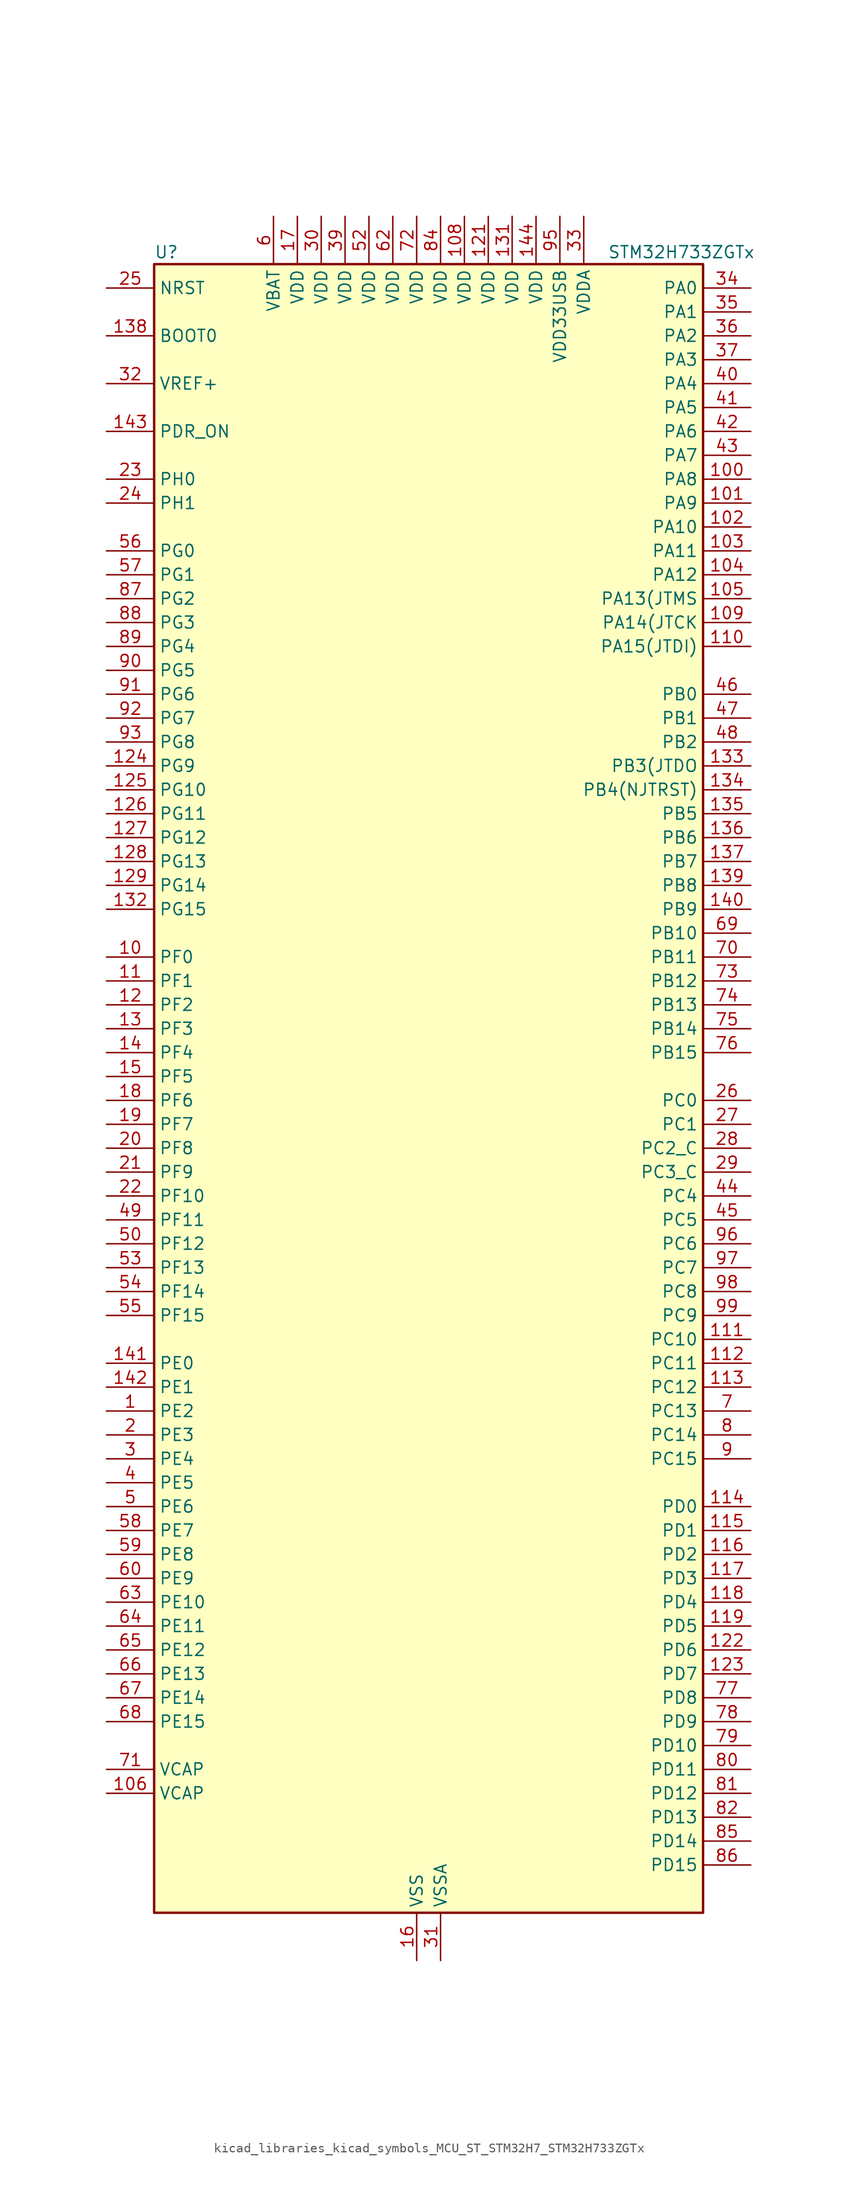
<source format=kicad_sym>
(kicad_symbol_lib
  (version 20220914)
  (generator kicad_symbol_editor)
  (symbol "kicad_libraries_kicad_symbols_MCU_ST_STM32H7_STM32H733ZGTx"
    (property "Reference" "U"
      (at -27.94 90.17 0)
      (effects (font (size 1.27 1.27)) (justify left)))
    (property "Value" "STM32H733ZGTx"
      (at 20.32 90.17 0)
      (effects (font (size 1.27 1.27)) (justify left)))
    (property "ki_locked" ""
      (at 0 0 0)
      (effects (font (size 1.27 1.27))))
    (symbol "kicad_libraries_kicad_symbols_MCU_ST_STM32H7_STM32H733ZGTx_0_1"
      (rectangle (start -27.94 -86.36) (end 30.48 88.9) (stroke (width 0.254) (type default)) (fill (type background))))
    (symbol "kicad_libraries_kicad_symbols_MCU_ST_STM32H7_STM32H733ZGTx_1_1"
      (pin bidirectional line (at -33.02 -33.02 0) (length 5.08) (name "PE2" (effects (font (size 1.27 1.27)))) (number "1" (effects (font (size 1.27 1.27)))) (alternate "DEBUG_TRACECLK" bidirectional line) (alternate "ETH_TXD3" bidirectional line) (alternate "FMC_A23" bidirectional line) (alternate "OCTOSPIM_P1_IO2" bidirectional line) (alternate "SAI1_CK1" bidirectional line) (alternate "SAI1_MCLK_A" bidirectional line) (alternate "SAI4_CK1" bidirectional line) (alternate "SAI4_MCLK_A" bidirectional line) (alternate "SPI4_SCK" bidirectional line) (alternate "USART10_RX" bidirectional line))
      (pin bidirectional line (at -33.02 15.24 0) (length 5.08) (name "PF0" (effects (font (size 1.27 1.27)))) (number "10" (effects (font (size 1.27 1.27)))) (alternate "FMC_A0" bidirectional line) (alternate "I2C2_SDA" bidirectional line) (alternate "I2C5_SDA" bidirectional line) (alternate "OCTOSPIM_P2_IO0" bidirectional line) (alternate "TIM23_CH1" bidirectional line))
      (pin bidirectional line (at 35.56 66.04 180) (length 5.08) (name "PA8" (effects (font (size 1.27 1.27)))) (number "100" (effects (font (size 1.27 1.27)))) (alternate "I2C3_SCL" bidirectional line) (alternate "I2C5_SCL" bidirectional line) (alternate "LTDC_B3" bidirectional line) (alternate "LTDC_R6" bidirectional line) (alternate "RCC_MCO_1" bidirectional line) (alternate "TIM1_CH1" bidirectional line) (alternate "TIM8_BKIN2" bidirectional line) (alternate "TIM8_BKIN2_COMP1" bidirectional line) (alternate "TIM8_BKIN2_COMP2" bidirectional line) (alternate "UART7_RX" bidirectional line) (alternate "USART1_CK" bidirectional line) (alternate "USB_OTG_HS_SOF" bidirectional line))
      (pin bidirectional line (at 35.56 63.5 180) (length 5.08) (name "PA9" (effects (font (size 1.27 1.27)))) (number "101" (effects (font (size 1.27 1.27)))) (alternate "DAC1_EXTI9" bidirectional line) (alternate "DCMI_D0" bidirectional line) (alternate "ETH_TX_ER" bidirectional line) (alternate "I2C3_SMBA" bidirectional line) (alternate "I2C5_SMBA" bidirectional line) (alternate "I2S2_CK" bidirectional line) (alternate "LPUART1_TX" bidirectional line) (alternate "LTDC_R5" bidirectional line) (alternate "PSSI_D0" bidirectional line) (alternate "SPI2_SCK" bidirectional line) (alternate "TIM1_CH2" bidirectional line) (alternate "USART1_TX" bidirectional line) (alternate "USB_OTG_HS_VBUS" bidirectional line))
      (pin bidirectional line (at 35.56 60.96 180) (length 5.08) (name "PA10" (effects (font (size 1.27 1.27)))) (number "102" (effects (font (size 1.27 1.27)))) (alternate "DCMI_D1" bidirectional line) (alternate "LPUART1_RX" bidirectional line) (alternate "LTDC_B1" bidirectional line) (alternate "LTDC_B4" bidirectional line) (alternate "MDIOS_MDIO" bidirectional line) (alternate "PSSI_D1" bidirectional line) (alternate "TIM1_CH3" bidirectional line) (alternate "USART1_RX" bidirectional line) (alternate "USB_OTG_HS_ID" bidirectional line))
      (pin bidirectional line (at 35.56 58.42 180) (length 5.08) (name "PA11" (effects (font (size 1.27 1.27)))) (number "103" (effects (font (size 1.27 1.27)))) (alternate "ADC1_EXTI11" bidirectional line) (alternate "ADC2_EXTI11" bidirectional line) (alternate "ADC3_EXTI11" bidirectional line) (alternate "FDCAN1_RX" bidirectional line) (alternate "I2S2_WS" bidirectional line) (alternate "LPUART1_CTS" bidirectional line) (alternate "LTDC_R4" bidirectional line) (alternate "SPI2_NSS" bidirectional line) (alternate "TIM1_CH4" bidirectional line) (alternate "UART4_RX" bidirectional line) (alternate "USART1_CTS" bidirectional line) (alternate "USART1_NSS" bidirectional line) (alternate "USB_OTG_HS_DM" bidirectional line))
      (pin bidirectional line (at 35.56 55.88 180) (length 5.08) (name "PA12" (effects (font (size 1.27 1.27)))) (number "104" (effects (font (size 1.27 1.27)))) (alternate "FDCAN1_TX" bidirectional line) (alternate "I2S2_CK" bidirectional line) (alternate "LPUART1_DE" bidirectional line) (alternate "LPUART1_RTS" bidirectional line) (alternate "LTDC_R5" bidirectional line) (alternate "SAI4_FS_B" bidirectional line) (alternate "SPI2_SCK" bidirectional line) (alternate "TIM1_BKIN2" bidirectional line) (alternate "TIM1_ETR" bidirectional line) (alternate "UART4_TX" bidirectional line) (alternate "USART1_DE" bidirectional line) (alternate "USART1_RTS" bidirectional line) (alternate "USB_OTG_HS_DP" bidirectional line))
      (pin bidirectional line (at 35.56 53.34 180) (length 5.08) (name "PA13(JTMS" (effects (font (size 1.27 1.27)))) (number "105" (effects (font (size 1.27 1.27)))) (alternate "DEBUG_JTMS-SWDIO" bidirectional line))
      (pin power_out line (at -33.02 -73.66 0) (length 5.08) (name "VCAP" (effects (font (size 1.27 1.27)))) (number "106" (effects (font (size 1.27 1.27)))))
      (pin passive line (at 0 -91.44 90) (length 5.08) hide (name "VSS" (effects (font (size 1.27 1.27)))) (number "107" (effects (font (size 1.27 1.27)))))
      (pin power_in line (at 5.08 93.98 270) (length 5.08) (name "VDD" (effects (font (size 1.27 1.27)))) (number "108" (effects (font (size 1.27 1.27)))))
      (pin bidirectional line (at 35.56 50.8 180) (length 5.08) (name "PA14(JTCK" (effects (font (size 1.27 1.27)))) (number "109" (effects (font (size 1.27 1.27)))) (alternate "DEBUG_JTCK-SWCLK" bidirectional line))
      (pin bidirectional line (at -33.02 12.7 0) (length 5.08) (name "PF1" (effects (font (size 1.27 1.27)))) (number "11" (effects (font (size 1.27 1.27)))) (alternate "FMC_A1" bidirectional line) (alternate "I2C2_SCL" bidirectional line) (alternate "I2C5_SCL" bidirectional line) (alternate "OCTOSPIM_P2_IO1" bidirectional line) (alternate "TIM23_CH2" bidirectional line))
      (pin bidirectional line (at 35.56 48.26 180) (length 5.08) (name "PA15(JTDI)" (effects (font (size 1.27 1.27)))) (number "110" (effects (font (size 1.27 1.27)))) (alternate "ADC1_EXTI15" bidirectional line) (alternate "ADC2_EXTI15" bidirectional line) (alternate "ADC3_EXTI15" bidirectional line) (alternate "CEC" bidirectional line) (alternate "DEBUG_JTDI" bidirectional line) (alternate "I2S1_WS" bidirectional line) (alternate "I2S3_WS" bidirectional line) (alternate "I2S6_WS" bidirectional line) (alternate "LTDC_B6" bidirectional line) (alternate "LTDC_R3" bidirectional line) (alternate "SPI1_NSS" bidirectional line) (alternate "SPI3_NSS" bidirectional line) (alternate "SPI6_NSS" bidirectional line) (alternate "TIM2_CH1" bidirectional line) (alternate "TIM2_ETR" bidirectional line) (alternate "UART4_DE" bidirectional line) (alternate "UART4_RTS" bidirectional line) (alternate "UART7_TX" bidirectional line))
      (pin bidirectional line (at 35.56 -25.4 180) (length 5.08) (name "PC10" (effects (font (size 1.27 1.27)))) (number "111" (effects (font (size 1.27 1.27)))) (alternate "DCMI_D8" bidirectional line) (alternate "DFSDM1_CKIN5" bidirectional line) (alternate "I2C5_SDA" bidirectional line) (alternate "I2S3_CK" bidirectional line) (alternate "LTDC_B1" bidirectional line) (alternate "LTDC_R2" bidirectional line) (alternate "OCTOSPIM_P1_IO1" bidirectional line) (alternate "PSSI_D8" bidirectional line) (alternate "SDMMC1_D2" bidirectional line) (alternate "SPI3_SCK" bidirectional line) (alternate "SWPMI1_RX" bidirectional line) (alternate "UART4_TX" bidirectional line) (alternate "USART3_TX" bidirectional line))
      (pin bidirectional line (at 35.56 -27.94 180) (length 5.08) (name "PC11" (effects (font (size 1.27 1.27)))) (number "112" (effects (font (size 1.27 1.27)))) (alternate "ADC1_EXTI11" bidirectional line) (alternate "ADC2_EXTI11" bidirectional line) (alternate "ADC3_EXTI11" bidirectional line) (alternate "DCMI_D4" bidirectional line) (alternate "DFSDM1_DATIN5" bidirectional line) (alternate "I2C5_SCL" bidirectional line) (alternate "I2S3_SDI" bidirectional line) (alternate "LTDC_B4" bidirectional line) (alternate "OCTOSPIM_P1_NCS" bidirectional line) (alternate "PSSI_D4" bidirectional line) (alternate "SDMMC1_D3" bidirectional line) (alternate "SPI3_MISO" bidirectional line) (alternate "UART4_RX" bidirectional line) (alternate "USART3_RX" bidirectional line))
      (pin bidirectional line (at 35.56 -30.48 180) (length 5.08) (name "PC12" (effects (font (size 1.27 1.27)))) (number "113" (effects (font (size 1.27 1.27)))) (alternate "DCMI_D9" bidirectional line) (alternate "DEBUG_TRACED3" bidirectional line) (alternate "FMC_D6" bidirectional line) (alternate "FMC_DA6" bidirectional line) (alternate "I2C5_SMBA" bidirectional line) (alternate "I2S3_SDO" bidirectional line) (alternate "I2S6_CK" bidirectional line) (alternate "LTDC_R6" bidirectional line) (alternate "PSSI_D9" bidirectional line) (alternate "SDMMC1_CK" bidirectional line) (alternate "SPI3_MOSI" bidirectional line) (alternate "SPI6_SCK" bidirectional line) (alternate "TIM15_CH1" bidirectional line) (alternate "UART5_TX" bidirectional line) (alternate "USART3_CK" bidirectional line))
      (pin bidirectional line (at 35.56 -43.18 180) (length 5.08) (name "PD0" (effects (font (size 1.27 1.27)))) (number "114" (effects (font (size 1.27 1.27)))) (alternate "DFSDM1_CKIN6" bidirectional line) (alternate "FDCAN1_RX" bidirectional line) (alternate "FMC_D2" bidirectional line) (alternate "FMC_DA2" bidirectional line) (alternate "LTDC_B1" bidirectional line) (alternate "UART4_RX" bidirectional line) (alternate "UART9_CTS" bidirectional line))
      (pin bidirectional line (at 35.56 -45.72 180) (length 5.08) (name "PD1" (effects (font (size 1.27 1.27)))) (number "115" (effects (font (size 1.27 1.27)))) (alternate "DFSDM1_DATIN6" bidirectional line) (alternate "FDCAN1_TX" bidirectional line) (alternate "FMC_D3" bidirectional line) (alternate "FMC_DA3" bidirectional line) (alternate "UART4_TX" bidirectional line))
      (pin bidirectional line (at 35.56 -48.26 180) (length 5.08) (name "PD2" (effects (font (size 1.27 1.27)))) (number "116" (effects (font (size 1.27 1.27)))) (alternate "DCMI_D11" bidirectional line) (alternate "DEBUG_TRACED2" bidirectional line) (alternate "FMC_D7" bidirectional line) (alternate "FMC_DA7" bidirectional line) (alternate "LTDC_B2" bidirectional line) (alternate "LTDC_B7" bidirectional line) (alternate "PSSI_D11" bidirectional line) (alternate "SDMMC1_CMD" bidirectional line) (alternate "TIM15_BKIN" bidirectional line) (alternate "TIM3_ETR" bidirectional line) (alternate "UART5_RX" bidirectional line))
      (pin bidirectional line (at 35.56 -50.8 180) (length 5.08) (name "PD3" (effects (font (size 1.27 1.27)))) (number "117" (effects (font (size 1.27 1.27)))) (alternate "DCMI_D5" bidirectional line) (alternate "DFSDM1_CKOUT" bidirectional line) (alternate "FMC_CLK" bidirectional line) (alternate "I2S2_CK" bidirectional line) (alternate "LTDC_G7" bidirectional line) (alternate "PSSI_D5" bidirectional line) (alternate "SPI2_SCK" bidirectional line) (alternate "USART2_CTS" bidirectional line) (alternate "USART2_NSS" bidirectional line))
      (pin bidirectional line (at 35.56 -53.34 180) (length 5.08) (name "PD4" (effects (font (size 1.27 1.27)))) (number "118" (effects (font (size 1.27 1.27)))) (alternate "FMC_NOE" bidirectional line) (alternate "OCTOSPIM_P1_IO4" bidirectional line) (alternate "USART2_DE" bidirectional line) (alternate "USART2_RTS" bidirectional line))
      (pin bidirectional line (at 35.56 -55.88 180) (length 5.08) (name "PD5" (effects (font (size 1.27 1.27)))) (number "119" (effects (font (size 1.27 1.27)))) (alternate "FMC_NWE" bidirectional line) (alternate "OCTOSPIM_P1_IO5" bidirectional line) (alternate "USART2_TX" bidirectional line))
      (pin bidirectional line (at -33.02 10.16 0) (length 5.08) (name "PF2" (effects (font (size 1.27 1.27)))) (number "12" (effects (font (size 1.27 1.27)))) (alternate "FMC_A2" bidirectional line) (alternate "I2C2_SMBA" bidirectional line) (alternate "I2C5_SMBA" bidirectional line) (alternate "OCTOSPIM_P2_IO2" bidirectional line) (alternate "TIM23_CH3" bidirectional line))
      (pin passive line (at 0 -91.44 90) (length 5.08) hide (name "VSS" (effects (font (size 1.27 1.27)))) (number "120" (effects (font (size 1.27 1.27)))))
      (pin power_in line (at 7.62 93.98 270) (length 5.08) (name "VDD" (effects (font (size 1.27 1.27)))) (number "121" (effects (font (size 1.27 1.27)))))
      (pin bidirectional line (at 35.56 -58.42 180) (length 5.08) (name "PD6" (effects (font (size 1.27 1.27)))) (number "122" (effects (font (size 1.27 1.27)))) (alternate "DCMI_D10" bidirectional line) (alternate "DFSDM1_CKIN4" bidirectional line) (alternate "DFSDM1_DATIN1" bidirectional line) (alternate "FMC_NWAIT" bidirectional line) (alternate "I2S3_SDO" bidirectional line) (alternate "LTDC_B2" bidirectional line) (alternate "OCTOSPIM_P1_IO6" bidirectional line) (alternate "PSSI_D10" bidirectional line) (alternate "SAI1_D1" bidirectional line) (alternate "SAI1_SD_A" bidirectional line) (alternate "SAI4_D1" bidirectional line) (alternate "SAI4_SD_A" bidirectional line) (alternate "SDMMC2_CK" bidirectional line) (alternate "SPI3_MOSI" bidirectional line) (alternate "USART2_RX" bidirectional line))
      (pin bidirectional line (at 35.56 -60.96 180) (length 5.08) (name "PD7" (effects (font (size 1.27 1.27)))) (number "123" (effects (font (size 1.27 1.27)))) (alternate "DFSDM1_CKIN1" bidirectional line) (alternate "DFSDM1_DATIN4" bidirectional line) (alternate "FMC_NE1" bidirectional line) (alternate "I2S1_SDO" bidirectional line) (alternate "OCTOSPIM_P1_IO7" bidirectional line) (alternate "SDMMC2_CMD" bidirectional line) (alternate "SPDIFRX1_IN0" bidirectional line) (alternate "SPI1_MOSI" bidirectional line) (alternate "USART2_CK" bidirectional line))
      (pin bidirectional line (at -33.02 35.56 0) (length 5.08) (name "PG9" (effects (font (size 1.27 1.27)))) (number "124" (effects (font (size 1.27 1.27)))) (alternate "DAC1_EXTI9" bidirectional line) (alternate "DCMI_VSYNC" bidirectional line) (alternate "FDCAN3_TX" bidirectional line) (alternate "FMC_NCE" bidirectional line) (alternate "FMC_NE2" bidirectional line) (alternate "I2S1_SDI" bidirectional line) (alternate "OCTOSPIM_P1_IO6" bidirectional line) (alternate "PSSI_RDY" bidirectional line) (alternate "SAI4_FS_B" bidirectional line) (alternate "SDMMC2_D0" bidirectional line) (alternate "SPDIFRX1_IN3" bidirectional line) (alternate "SPI1_MISO" bidirectional line) (alternate "USART6_RX" bidirectional line))
      (pin bidirectional line (at -33.02 33.02 0) (length 5.08) (name "PG10" (effects (font (size 1.27 1.27)))) (number "125" (effects (font (size 1.27 1.27)))) (alternate "DCMI_D2" bidirectional line) (alternate "FDCAN3_RX" bidirectional line) (alternate "FMC_NE3" bidirectional line) (alternate "I2S1_WS" bidirectional line) (alternate "LTDC_B2" bidirectional line) (alternate "LTDC_G3" bidirectional line) (alternate "OCTOSPIM_P2_IO6" bidirectional line) (alternate "PSSI_D2" bidirectional line) (alternate "SAI4_SD_B" bidirectional line) (alternate "SDMMC2_D1" bidirectional line) (alternate "SPI1_NSS" bidirectional line))
      (pin bidirectional line (at -33.02 30.48 0) (length 5.08) (name "PG11" (effects (font (size 1.27 1.27)))) (number "126" (effects (font (size 1.27 1.27)))) (alternate "ADC1_EXTI11" bidirectional line) (alternate "ADC2_EXTI11" bidirectional line) (alternate "ADC3_EXTI11" bidirectional line) (alternate "DCMI_D3" bidirectional line) (alternate "ETH_TX_EN" bidirectional line) (alternate "I2S1_CK" bidirectional line) (alternate "LPTIM1_IN2" bidirectional line) (alternate "LTDC_B3" bidirectional line) (alternate "OCTOSPIM_P2_IO7" bidirectional line) (alternate "PSSI_D3" bidirectional line) (alternate "SDMMC2_D2" bidirectional line) (alternate "SPDIFRX1_IN0" bidirectional line) (alternate "SPI1_SCK" bidirectional line) (alternate "USART10_RX" bidirectional line))
      (pin bidirectional line (at -33.02 27.94 0) (length 5.08) (name "PG12" (effects (font (size 1.27 1.27)))) (number "127" (effects (font (size 1.27 1.27)))) (alternate "ETH_TXD1" bidirectional line) (alternate "FMC_NE4" bidirectional line) (alternate "I2S6_SDI" bidirectional line) (alternate "LPTIM1_IN1" bidirectional line) (alternate "LTDC_B1" bidirectional line) (alternate "LTDC_B4" bidirectional line) (alternate "OCTOSPIM_P2_NCS" bidirectional line) (alternate "SDMMC2_D3" bidirectional line) (alternate "SPDIFRX1_IN1" bidirectional line) (alternate "SPI6_MISO" bidirectional line) (alternate "TIM23_CH1" bidirectional line) (alternate "USART10_TX" bidirectional line) (alternate "USART6_DE" bidirectional line) (alternate "USART6_RTS" bidirectional line))
      (pin bidirectional line (at -33.02 25.4 0) (length 5.08) (name "PG13" (effects (font (size 1.27 1.27)))) (number "128" (effects (font (size 1.27 1.27)))) (alternate "DEBUG_TRACED0" bidirectional line) (alternate "ETH_TXD0" bidirectional line) (alternate "FMC_A24" bidirectional line) (alternate "I2S6_CK" bidirectional line) (alternate "LPTIM1_OUT" bidirectional line) (alternate "LTDC_R0" bidirectional line) (alternate "SDMMC2_D6" bidirectional line) (alternate "SPI6_SCK" bidirectional line) (alternate "TIM23_CH2" bidirectional line) (alternate "USART10_CTS" bidirectional line) (alternate "USART10_NSS" bidirectional line) (alternate "USART6_CTS" bidirectional line) (alternate "USART6_NSS" bidirectional line))
      (pin bidirectional line (at -33.02 22.86 0) (length 5.08) (name "PG14" (effects (font (size 1.27 1.27)))) (number "129" (effects (font (size 1.27 1.27)))) (alternate "DEBUG_TRACED1" bidirectional line) (alternate "ETH_TXD1" bidirectional line) (alternate "FMC_A25" bidirectional line) (alternate "I2S6_SDO" bidirectional line) (alternate "LPTIM1_ETR" bidirectional line) (alternate "LTDC_B0" bidirectional line) (alternate "OCTOSPIM_P1_IO7" bidirectional line) (alternate "SDMMC2_D7" bidirectional line) (alternate "SPI6_MOSI" bidirectional line) (alternate "TIM23_CH3" bidirectional line) (alternate "USART10_DE" bidirectional line) (alternate "USART10_RTS" bidirectional line) (alternate "USART6_TX" bidirectional line))
      (pin bidirectional line (at -33.02 7.62 0) (length 5.08) (name "PF3" (effects (font (size 1.27 1.27)))) (number "13" (effects (font (size 1.27 1.27)))) (alternate "ADC3_INP5" bidirectional line) (alternate "FMC_A3" bidirectional line) (alternate "OCTOSPIM_P2_IO3" bidirectional line) (alternate "TIM23_CH4" bidirectional line))
      (pin passive line (at 0 -91.44 90) (length 5.08) hide (name "VSS" (effects (font (size 1.27 1.27)))) (number "130" (effects (font (size 1.27 1.27)))))
      (pin power_in line (at 10.16 93.98 270) (length 5.08) (name "VDD" (effects (font (size 1.27 1.27)))) (number "131" (effects (font (size 1.27 1.27)))))
      (pin bidirectional line (at -33.02 20.32 0) (length 5.08) (name "PG15" (effects (font (size 1.27 1.27)))) (number "132" (effects (font (size 1.27 1.27)))) (alternate "ADC1_EXTI15" bidirectional line) (alternate "ADC2_EXTI15" bidirectional line) (alternate "ADC3_EXTI15" bidirectional line) (alternate "DCMI_D13" bidirectional line) (alternate "FMC_SDNCAS" bidirectional line) (alternate "OCTOSPIM_P2_DQS" bidirectional line) (alternate "PSSI_D13" bidirectional line) (alternate "USART10_CK" bidirectional line) (alternate "USART6_CTS" bidirectional line) (alternate "USART6_NSS" bidirectional line))
      (pin bidirectional line (at 35.56 35.56 180) (length 5.08) (name "PB3(JTDO" (effects (font (size 1.27 1.27)))) (number "133" (effects (font (size 1.27 1.27)))) (alternate "CRS_SYNC" bidirectional line) (alternate "DEBUG_JTDO-SWO" bidirectional line) (alternate "I2S1_CK" bidirectional line) (alternate "I2S3_CK" bidirectional line) (alternate "I2S6_CK" bidirectional line) (alternate "SDMMC2_D2" bidirectional line) (alternate "SPI1_SCK" bidirectional line) (alternate "SPI3_SCK" bidirectional line) (alternate "SPI6_SCK" bidirectional line) (alternate "TIM24_ETR" bidirectional line) (alternate "TIM2_CH2" bidirectional line) (alternate "UART7_RX" bidirectional line))
      (pin bidirectional line (at 35.56 33.02 180) (length 5.08) (name "PB4(NJTRST)" (effects (font (size 1.27 1.27)))) (number "134" (effects (font (size 1.27 1.27)))) (alternate "DEBUG_JTRST" bidirectional line) (alternate "I2S1_SDI" bidirectional line) (alternate "I2S2_WS" bidirectional line) (alternate "I2S3_SDI" bidirectional line) (alternate "I2S6_SDI" bidirectional line) (alternate "SDMMC2_D3" bidirectional line) (alternate "SPI1_MISO" bidirectional line) (alternate "SPI2_NSS" bidirectional line) (alternate "SPI3_MISO" bidirectional line) (alternate "SPI6_MISO" bidirectional line) (alternate "TIM16_BKIN" bidirectional line) (alternate "TIM3_CH1" bidirectional line) (alternate "UART7_TX" bidirectional line))
      (pin bidirectional line (at 35.56 30.48 180) (length 5.08) (name "PB5" (effects (font (size 1.27 1.27)))) (number "135" (effects (font (size 1.27 1.27)))) (alternate "DCMI_D10" bidirectional line) (alternate "ETH_PPS_OUT" bidirectional line) (alternate "FDCAN2_RX" bidirectional line) (alternate "FMC_SDCKE1" bidirectional line) (alternate "I2C1_SMBA" bidirectional line) (alternate "I2C4_SMBA" bidirectional line) (alternate "I2S1_SDO" bidirectional line) (alternate "I2S3_SDO" bidirectional line) (alternate "I2S6_SDO" bidirectional line) (alternate "LTDC_B5" bidirectional line) (alternate "PSSI_D10" bidirectional line) (alternate "SPI1_MOSI" bidirectional line) (alternate "SPI3_MOSI" bidirectional line) (alternate "SPI6_MOSI" bidirectional line) (alternate "TIM17_BKIN" bidirectional line) (alternate "TIM3_CH2" bidirectional line) (alternate "UART5_RX" bidirectional line) (alternate "USB_OTG_HS_ULPI_D7" bidirectional line))
      (pin bidirectional line (at 35.56 27.94 180) (length 5.08) (name "PB6" (effects (font (size 1.27 1.27)))) (number "136" (effects (font (size 1.27 1.27)))) (alternate "CEC" bidirectional line) (alternate "DCMI_D5" bidirectional line) (alternate "DFSDM1_DATIN5" bidirectional line) (alternate "FDCAN2_TX" bidirectional line) (alternate "FMC_SDNE1" bidirectional line) (alternate "I2C1_SCL" bidirectional line) (alternate "I2C4_SCL" bidirectional line) (alternate "LPUART1_TX" bidirectional line) (alternate "OCTOSPIM_P1_NCS" bidirectional line) (alternate "PSSI_D5" bidirectional line) (alternate "TIM16_CH1N" bidirectional line) (alternate "TIM4_CH1" bidirectional line) (alternate "UART5_TX" bidirectional line) (alternate "USART1_TX" bidirectional line))
      (pin bidirectional line (at 35.56 25.4 180) (length 5.08) (name "PB7" (effects (font (size 1.27 1.27)))) (number "137" (effects (font (size 1.27 1.27)))) (alternate "DCMI_VSYNC" bidirectional line) (alternate "DFSDM1_CKIN5" bidirectional line) (alternate "FMC_NL" bidirectional line) (alternate "I2C1_SDA" bidirectional line) (alternate "I2C4_SDA" bidirectional line) (alternate "LPUART1_RX" bidirectional line) (alternate "PSSI_RDY" bidirectional line) (alternate "PWR_PVD_IN" bidirectional line) (alternate "TIM17_CH1N" bidirectional line) (alternate "TIM4_CH2" bidirectional line) (alternate "USART1_RX" bidirectional line))
      (pin input line (at -33.02 81.28 0) (length 5.08) (name "BOOT0" (effects (font (size 1.27 1.27)))) (number "138" (effects (font (size 1.27 1.27)))))
      (pin bidirectional line (at 35.56 22.86 180) (length 5.08) (name "PB8" (effects (font (size 1.27 1.27)))) (number "139" (effects (font (size 1.27 1.27)))) (alternate "DCMI_D6" bidirectional line) (alternate "DFSDM1_CKIN7" bidirectional line) (alternate "ETH_TXD3" bidirectional line) (alternate "FDCAN1_RX" bidirectional line) (alternate "I2C1_SCL" bidirectional line) (alternate "I2C4_SCL" bidirectional line) (alternate "LTDC_B6" bidirectional line) (alternate "PSSI_D6" bidirectional line) (alternate "SDMMC1_CKIN" bidirectional line) (alternate "SDMMC1_D4" bidirectional line) (alternate "SDMMC2_D4" bidirectional line) (alternate "TIM16_CH1" bidirectional line) (alternate "TIM4_CH3" bidirectional line) (alternate "UART4_RX" bidirectional line))
      (pin bidirectional line (at -33.02 5.08 0) (length 5.08) (name "PF4" (effects (font (size 1.27 1.27)))) (number "14" (effects (font (size 1.27 1.27)))) (alternate "ADC3_INN5" bidirectional line) (alternate "ADC3_INP9" bidirectional line) (alternate "FMC_A4" bidirectional line) (alternate "OCTOSPIM_P2_CLK" bidirectional line))
      (pin bidirectional line (at 35.56 20.32 180) (length 5.08) (name "PB9" (effects (font (size 1.27 1.27)))) (number "140" (effects (font (size 1.27 1.27)))) (alternate "DAC1_EXTI9" bidirectional line) (alternate "DCMI_D7" bidirectional line) (alternate "DFSDM1_DATIN7" bidirectional line) (alternate "FDCAN1_TX" bidirectional line) (alternate "I2C1_SDA" bidirectional line) (alternate "I2C4_SDA" bidirectional line) (alternate "I2C4_SMBA" bidirectional line) (alternate "I2S2_WS" bidirectional line) (alternate "LTDC_B7" bidirectional line) (alternate "PSSI_D7" bidirectional line) (alternate "SDMMC1_CDIR" bidirectional line) (alternate "SDMMC1_D5" bidirectional line) (alternate "SDMMC2_D5" bidirectional line) (alternate "SPI2_NSS" bidirectional line) (alternate "TIM17_CH1" bidirectional line) (alternate "TIM4_CH4" bidirectional line) (alternate "UART4_TX" bidirectional line))
      (pin bidirectional line (at -33.02 -27.94 0) (length 5.08) (name "PE0" (effects (font (size 1.27 1.27)))) (number "141" (effects (font (size 1.27 1.27)))) (alternate "DCMI_D2" bidirectional line) (alternate "FMC_NBL0" bidirectional line) (alternate "LPTIM1_ETR" bidirectional line) (alternate "LPTIM2_ETR" bidirectional line) (alternate "LTDC_R0" bidirectional line) (alternate "PSSI_D2" bidirectional line) (alternate "SAI4_MCLK_A" bidirectional line) (alternate "TIM4_ETR" bidirectional line) (alternate "UART8_RX" bidirectional line))
      (pin bidirectional line (at -33.02 -30.48 0) (length 5.08) (name "PE1" (effects (font (size 1.27 1.27)))) (number "142" (effects (font (size 1.27 1.27)))) (alternate "DCMI_D3" bidirectional line) (alternate "FMC_NBL1" bidirectional line) (alternate "LPTIM1_IN2" bidirectional line) (alternate "LTDC_R6" bidirectional line) (alternate "PSSI_D3" bidirectional line) (alternate "UART8_TX" bidirectional line))
      (pin input line (at -33.02 71.12 0) (length 5.08) (name "PDR_ON" (effects (font (size 1.27 1.27)))) (number "143" (effects (font (size 1.27 1.27)))))
      (pin power_in line (at 12.7 93.98 270) (length 5.08) (name "VDD" (effects (font (size 1.27 1.27)))) (number "144" (effects (font (size 1.27 1.27)))))
      (pin bidirectional line (at -33.02 2.54 0) (length 5.08) (name "PF5" (effects (font (size 1.27 1.27)))) (number "15" (effects (font (size 1.27 1.27)))) (alternate "ADC3_INP4" bidirectional line) (alternate "FMC_A5" bidirectional line) (alternate "OCTOSPIM_P2_NCLK" bidirectional line))
      (pin power_in line (at 0 -91.44 90) (length 5.08) (name "VSS" (effects (font (size 1.27 1.27)))) (number "16" (effects (font (size 1.27 1.27)))))
      (pin power_in line (at -12.7 93.98 270) (length 5.08) (name "VDD" (effects (font (size 1.27 1.27)))) (number "17" (effects (font (size 1.27 1.27)))))
      (pin bidirectional line (at -33.02 0 0) (length 5.08) (name "PF6" (effects (font (size 1.27 1.27)))) (number "18" (effects (font (size 1.27 1.27)))) (alternate "ADC3_INN4" bidirectional line) (alternate "ADC3_INP8" bidirectional line) (alternate "FDCAN3_RX" bidirectional line) (alternate "OCTOSPIM_P1_IO3" bidirectional line) (alternate "SAI1_SD_B" bidirectional line) (alternate "SAI4_SD_B" bidirectional line) (alternate "SPI5_NSS" bidirectional line) (alternate "TIM16_CH1" bidirectional line) (alternate "TIM23_CH1" bidirectional line) (alternate "UART7_RX" bidirectional line))
      (pin bidirectional line (at -33.02 -2.54 0) (length 5.08) (name "PF7" (effects (font (size 1.27 1.27)))) (number "19" (effects (font (size 1.27 1.27)))) (alternate "ADC3_INP3" bidirectional line) (alternate "FDCAN3_TX" bidirectional line) (alternate "OCTOSPIM_P1_IO2" bidirectional line) (alternate "SAI1_MCLK_B" bidirectional line) (alternate "SAI4_MCLK_B" bidirectional line) (alternate "SPI5_SCK" bidirectional line) (alternate "TIM17_CH1" bidirectional line) (alternate "TIM23_CH2" bidirectional line) (alternate "UART7_TX" bidirectional line))
      (pin bidirectional line (at -33.02 -35.56 0) (length 5.08) (name "PE3" (effects (font (size 1.27 1.27)))) (number "2" (effects (font (size 1.27 1.27)))) (alternate "DEBUG_TRACED0" bidirectional line) (alternate "FMC_A19" bidirectional line) (alternate "SAI1_SD_B" bidirectional line) (alternate "SAI4_SD_B" bidirectional line) (alternate "TIM15_BKIN" bidirectional line) (alternate "USART10_TX" bidirectional line))
      (pin bidirectional line (at -33.02 -5.08 0) (length 5.08) (name "PF8" (effects (font (size 1.27 1.27)))) (number "20" (effects (font (size 1.27 1.27)))) (alternate "ADC3_INN3" bidirectional line) (alternate "ADC3_INP7" bidirectional line) (alternate "OCTOSPIM_P1_IO0" bidirectional line) (alternate "SAI1_SCK_B" bidirectional line) (alternate "SAI4_SCK_B" bidirectional line) (alternate "SPI5_MISO" bidirectional line) (alternate "TIM13_CH1" bidirectional line) (alternate "TIM16_CH1N" bidirectional line) (alternate "TIM23_CH3" bidirectional line) (alternate "UART7_DE" bidirectional line) (alternate "UART7_RTS" bidirectional line))
      (pin bidirectional line (at -33.02 -7.62 0) (length 5.08) (name "PF9" (effects (font (size 1.27 1.27)))) (number "21" (effects (font (size 1.27 1.27)))) (alternate "ADC3_INP2" bidirectional line) (alternate "DAC1_EXTI9" bidirectional line) (alternate "OCTOSPIM_P1_IO1" bidirectional line) (alternate "SAI1_FS_B" bidirectional line) (alternate "SAI4_FS_B" bidirectional line) (alternate "SPI5_MOSI" bidirectional line) (alternate "TIM14_CH1" bidirectional line) (alternate "TIM17_CH1N" bidirectional line) (alternate "TIM23_CH4" bidirectional line) (alternate "UART7_CTS" bidirectional line))
      (pin bidirectional line (at -33.02 -10.16 0) (length 5.08) (name "PF10" (effects (font (size 1.27 1.27)))) (number "22" (effects (font (size 1.27 1.27)))) (alternate "ADC3_INN2" bidirectional line) (alternate "ADC3_INP6" bidirectional line) (alternate "DCMI_D11" bidirectional line) (alternate "LTDC_DE" bidirectional line) (alternate "OCTOSPIM_P1_CLK" bidirectional line) (alternate "PSSI_D11" bidirectional line) (alternate "PSSI_D15" bidirectional line) (alternate "SAI1_D3" bidirectional line) (alternate "SAI4_D3" bidirectional line) (alternate "TIM16_BKIN" bidirectional line))
      (pin bidirectional line (at -33.02 66.04 0) (length 5.08) (name "PH0" (effects (font (size 1.27 1.27)))) (number "23" (effects (font (size 1.27 1.27)))) (alternate "RCC_OSC_IN" bidirectional line))
      (pin bidirectional line (at -33.02 63.5 0) (length 5.08) (name "PH1" (effects (font (size 1.27 1.27)))) (number "24" (effects (font (size 1.27 1.27)))) (alternate "RCC_OSC_OUT" bidirectional line))
      (pin input line (at -33.02 86.36 0) (length 5.08) (name "NRST" (effects (font (size 1.27 1.27)))) (number "25" (effects (font (size 1.27 1.27)))))
      (pin bidirectional line (at 35.56 0 180) (length 5.08) (name "PC0" (effects (font (size 1.27 1.27)))) (number "26" (effects (font (size 1.27 1.27)))) (alternate "ADC1_INP10" bidirectional line) (alternate "ADC2_INP10" bidirectional line) (alternate "ADC3_INP10" bidirectional line) (alternate "DFSDM1_CKIN0" bidirectional line) (alternate "DFSDM1_DATIN4" bidirectional line) (alternate "FMC_A25" bidirectional line) (alternate "FMC_D12" bidirectional line) (alternate "FMC_DA12" bidirectional line) (alternate "FMC_SDNWE" bidirectional line) (alternate "LTDC_G2" bidirectional line) (alternate "LTDC_R5" bidirectional line) (alternate "SAI4_FS_B" bidirectional line) (alternate "USB_OTG_HS_ULPI_STP" bidirectional line))
      (pin bidirectional line (at 35.56 -2.54 180) (length 5.08) (name "PC1" (effects (font (size 1.27 1.27)))) (number "27" (effects (font (size 1.27 1.27)))) (alternate "ADC1_INN10" bidirectional line) (alternate "ADC1_INP11" bidirectional line) (alternate "ADC2_INN10" bidirectional line) (alternate "ADC2_INP11" bidirectional line) (alternate "ADC3_INN10" bidirectional line) (alternate "ADC3_INP11" bidirectional line) (alternate "DEBUG_TRACED0" bidirectional line) (alternate "DFSDM1_CKIN4" bidirectional line) (alternate "DFSDM1_DATIN0" bidirectional line) (alternate "ETH_MDC" bidirectional line) (alternate "I2S2_SDO" bidirectional line) (alternate "LTDC_G5" bidirectional line) (alternate "MDIOS_MDC" bidirectional line) (alternate "OCTOSPIM_P1_IO4" bidirectional line) (alternate "PWR_WKUP6" bidirectional line) (alternate "RTC_TAMP3" bidirectional line) (alternate "SAI1_D1" bidirectional line) (alternate "SAI1_SD_A" bidirectional line) (alternate "SAI4_D1" bidirectional line) (alternate "SAI4_SD_A" bidirectional line) (alternate "SDMMC2_CK" bidirectional line) (alternate "SPI2_MOSI" bidirectional line))
      (pin bidirectional line (at 35.56 -5.08 180) (length 5.08) (name "PC2_C" (effects (font (size 1.27 1.27)))) (number "28" (effects (font (size 1.27 1.27)))) (alternate "ADC3_INN1" bidirectional line) (alternate "ADC3_INP0" bidirectional line) (alternate "DFSDM1_CKIN1" bidirectional line) (alternate "DFSDM1_CKOUT" bidirectional line) (alternate "ETH_TXD2" bidirectional line) (alternate "FMC_SDNE0" bidirectional line) (alternate "I2S2_SDI" bidirectional line) (alternate "OCTOSPIM_P1_IO2" bidirectional line) (alternate "OCTOSPIM_P1_IO5" bidirectional line) (alternate "PWR_CSTOP" bidirectional line) (alternate "SPI2_MISO" bidirectional line) (alternate "USB_OTG_HS_ULPI_DIR" bidirectional line))
      (pin bidirectional line (at 35.56 -7.62 180) (length 5.08) (name "PC3_C" (effects (font (size 1.27 1.27)))) (number "29" (effects (font (size 1.27 1.27)))) (alternate "ADC3_INP1" bidirectional line) (alternate "DFSDM1_DATIN1" bidirectional line) (alternate "ETH_TX_CLK" bidirectional line) (alternate "FMC_SDCKE0" bidirectional line) (alternate "I2S2_SDO" bidirectional line) (alternate "OCTOSPIM_P1_IO0" bidirectional line) (alternate "OCTOSPIM_P1_IO6" bidirectional line) (alternate "PWR_CSLEEP" bidirectional line) (alternate "SPI2_MOSI" bidirectional line) (alternate "USB_OTG_HS_ULPI_NXT" bidirectional line))
      (pin bidirectional line (at -33.02 -38.1 0) (length 5.08) (name "PE4" (effects (font (size 1.27 1.27)))) (number "3" (effects (font (size 1.27 1.27)))) (alternate "DCMI_D4" bidirectional line) (alternate "DEBUG_TRACED1" bidirectional line) (alternate "DFSDM1_DATIN3" bidirectional line) (alternate "FMC_A20" bidirectional line) (alternate "LTDC_B0" bidirectional line) (alternate "PSSI_D4" bidirectional line) (alternate "SAI1_D2" bidirectional line) (alternate "SAI1_FS_A" bidirectional line) (alternate "SAI4_D2" bidirectional line) (alternate "SAI4_FS_A" bidirectional line) (alternate "SPI4_NSS" bidirectional line) (alternate "TIM15_CH1N" bidirectional line))
      (pin power_in line (at -10.16 93.98 270) (length 5.08) (name "VDD" (effects (font (size 1.27 1.27)))) (number "30" (effects (font (size 1.27 1.27)))))
      (pin power_in line (at 2.54 -91.44 90) (length 5.08) (name "VSSA" (effects (font (size 1.27 1.27)))) (number "31" (effects (font (size 1.27 1.27)))))
      (pin input line (at -33.02 76.2 0) (length 5.08) (name "VREF+" (effects (font (size 1.27 1.27)))) (number "32" (effects (font (size 1.27 1.27)))) (alternate "VREFBUF_OUT" bidirectional line))
      (pin power_in line (at 17.78 93.98 270) (length 5.08) (name "VDDA" (effects (font (size 1.27 1.27)))) (number "33" (effects (font (size 1.27 1.27)))))
      (pin bidirectional line (at 35.56 86.36 180) (length 5.08) (name "PA0" (effects (font (size 1.27 1.27)))) (number "34" (effects (font (size 1.27 1.27)))) (alternate "ADC1_INP16" bidirectional line) (alternate "ETH_CRS" bidirectional line) (alternate "FMC_A19" bidirectional line) (alternate "I2S6_WS" bidirectional line) (alternate "PWR_WKUP1" bidirectional line) (alternate "SAI4_SD_B" bidirectional line) (alternate "SDMMC2_CMD" bidirectional line) (alternate "SPI6_NSS" bidirectional line) (alternate "TIM15_BKIN" bidirectional line) (alternate "TIM2_CH1" bidirectional line) (alternate "TIM2_ETR" bidirectional line) (alternate "TIM5_CH1" bidirectional line) (alternate "TIM8_ETR" bidirectional line) (alternate "UART4_TX" bidirectional line) (alternate "USART2_CTS" bidirectional line) (alternate "USART2_NSS" bidirectional line))
      (pin bidirectional line (at 35.56 83.82 180) (length 5.08) (name "PA1" (effects (font (size 1.27 1.27)))) (number "35" (effects (font (size 1.27 1.27)))) (alternate "ADC1_INN16" bidirectional line) (alternate "ADC1_INP17" bidirectional line) (alternate "ETH_REF_CLK" bidirectional line) (alternate "ETH_RX_CLK" bidirectional line) (alternate "LPTIM3_OUT" bidirectional line) (alternate "LTDC_R2" bidirectional line) (alternate "OCTOSPIM_P1_DQS" bidirectional line) (alternate "OCTOSPIM_P1_IO3" bidirectional line) (alternate "SAI4_MCLK_B" bidirectional line) (alternate "TIM15_CH1N" bidirectional line) (alternate "TIM2_CH2" bidirectional line) (alternate "TIM5_CH2" bidirectional line) (alternate "UART4_RX" bidirectional line) (alternate "USART2_DE" bidirectional line) (alternate "USART2_RTS" bidirectional line))
      (pin bidirectional line (at 35.56 81.28 180) (length 5.08) (name "PA2" (effects (font (size 1.27 1.27)))) (number "36" (effects (font (size 1.27 1.27)))) (alternate "ADC1_INP14" bidirectional line) (alternate "ADC2_INP14" bidirectional line) (alternate "ETH_MDIO" bidirectional line) (alternate "LPTIM4_OUT" bidirectional line) (alternate "LTDC_R1" bidirectional line) (alternate "MDIOS_MDIO" bidirectional line) (alternate "OCTOSPIM_P1_IO0" bidirectional line) (alternate "PWR_WKUP2" bidirectional line) (alternate "SAI4_SCK_B" bidirectional line) (alternate "TIM15_CH1" bidirectional line) (alternate "TIM2_CH3" bidirectional line) (alternate "TIM5_CH3" bidirectional line) (alternate "USART2_TX" bidirectional line))
      (pin bidirectional line (at 35.56 78.74 180) (length 5.08) (name "PA3" (effects (font (size 1.27 1.27)))) (number "37" (effects (font (size 1.27 1.27)))) (alternate "ADC1_INP15" bidirectional line) (alternate "ADC2_INP15" bidirectional line) (alternate "ETH_COL" bidirectional line) (alternate "I2S6_MCK" bidirectional line) (alternate "LPTIM5_OUT" bidirectional line) (alternate "LTDC_B2" bidirectional line) (alternate "LTDC_B5" bidirectional line) (alternate "OCTOSPIM_P1_CLK" bidirectional line) (alternate "OCTOSPIM_P1_IO2" bidirectional line) (alternate "TIM15_CH2" bidirectional line) (alternate "TIM2_CH4" bidirectional line) (alternate "TIM5_CH4" bidirectional line) (alternate "USART2_RX" bidirectional line) (alternate "USB_OTG_HS_ULPI_D0" bidirectional line))
      (pin passive line (at 0 -91.44 90) (length 5.08) hide (name "VSS" (effects (font (size 1.27 1.27)))) (number "38" (effects (font (size 1.27 1.27)))))
      (pin power_in line (at -7.62 93.98 270) (length 5.08) (name "VDD" (effects (font (size 1.27 1.27)))) (number "39" (effects (font (size 1.27 1.27)))))
      (pin bidirectional line (at -33.02 -40.64 0) (length 5.08) (name "PE5" (effects (font (size 1.27 1.27)))) (number "4" (effects (font (size 1.27 1.27)))) (alternate "DCMI_D6" bidirectional line) (alternate "DEBUG_TRACED2" bidirectional line) (alternate "DFSDM1_CKIN3" bidirectional line) (alternate "FMC_A21" bidirectional line) (alternate "LTDC_G0" bidirectional line) (alternate "PSSI_D6" bidirectional line) (alternate "SAI1_CK2" bidirectional line) (alternate "SAI1_SCK_A" bidirectional line) (alternate "SAI4_CK2" bidirectional line) (alternate "SAI4_SCK_A" bidirectional line) (alternate "SPI4_MISO" bidirectional line) (alternate "TIM15_CH1" bidirectional line))
      (pin bidirectional line (at 35.56 76.2 180) (length 5.08) (name "PA4" (effects (font (size 1.27 1.27)))) (number "40" (effects (font (size 1.27 1.27)))) (alternate "ADC1_INP18" bidirectional line) (alternate "ADC2_INP18" bidirectional line) (alternate "DAC1_OUT1" bidirectional line) (alternate "DCMI_HSYNC" bidirectional line) (alternate "FMC_D8" bidirectional line) (alternate "FMC_DA8" bidirectional line) (alternate "I2S1_WS" bidirectional line) (alternate "I2S3_WS" bidirectional line) (alternate "I2S6_WS" bidirectional line) (alternate "LTDC_VSYNC" bidirectional line) (alternate "PSSI_DE" bidirectional line) (alternate "SPI1_NSS" bidirectional line) (alternate "SPI3_NSS" bidirectional line) (alternate "SPI6_NSS" bidirectional line) (alternate "TIM5_ETR" bidirectional line) (alternate "USART2_CK" bidirectional line))
      (pin bidirectional line (at 35.56 73.66 180) (length 5.08) (name "PA5" (effects (font (size 1.27 1.27)))) (number "41" (effects (font (size 1.27 1.27)))) (alternate "ADC1_INN18" bidirectional line) (alternate "ADC1_INP19" bidirectional line) (alternate "ADC2_INN18" bidirectional line) (alternate "ADC2_INP19" bidirectional line) (alternate "DAC1_OUT2" bidirectional line) (alternate "FMC_D9" bidirectional line) (alternate "FMC_DA9" bidirectional line) (alternate "I2S1_CK" bidirectional line) (alternate "I2S6_CK" bidirectional line) (alternate "LTDC_R4" bidirectional line) (alternate "PSSI_D14" bidirectional line) (alternate "PWR_NDSTOP2" bidirectional line) (alternate "SPI1_SCK" bidirectional line) (alternate "SPI6_SCK" bidirectional line) (alternate "TIM2_CH1" bidirectional line) (alternate "TIM2_ETR" bidirectional line) (alternate "TIM8_CH1N" bidirectional line) (alternate "USB_OTG_HS_ULPI_CK" bidirectional line))
      (pin bidirectional line (at 35.56 71.12 180) (length 5.08) (name "PA6" (effects (font (size 1.27 1.27)))) (number "42" (effects (font (size 1.27 1.27)))) (alternate "ADC1_INP3" bidirectional line) (alternate "ADC2_INP3" bidirectional line) (alternate "DCMI_PIXCLK" bidirectional line) (alternate "I2S1_SDI" bidirectional line) (alternate "I2S6_SDI" bidirectional line) (alternate "LTDC_G2" bidirectional line) (alternate "MDIOS_MDC" bidirectional line) (alternate "OCTOSPIM_P1_IO3" bidirectional line) (alternate "PSSI_PDCK" bidirectional line) (alternate "SPI1_MISO" bidirectional line) (alternate "SPI6_MISO" bidirectional line) (alternate "TIM13_CH1" bidirectional line) (alternate "TIM1_BKIN" bidirectional line) (alternate "TIM1_BKIN_COMP1" bidirectional line) (alternate "TIM1_BKIN_COMP2" bidirectional line) (alternate "TIM3_CH1" bidirectional line) (alternate "TIM8_BKIN" bidirectional line) (alternate "TIM8_BKIN_COMP1" bidirectional line) (alternate "TIM8_BKIN_COMP2" bidirectional line))
      (pin bidirectional line (at 35.56 68.58 180) (length 5.08) (name "PA7" (effects (font (size 1.27 1.27)))) (number "43" (effects (font (size 1.27 1.27)))) (alternate "ADC1_INN3" bidirectional line) (alternate "ADC1_INP7" bidirectional line) (alternate "ADC2_INN3" bidirectional line) (alternate "ADC2_INP7" bidirectional line) (alternate "ETH_CRS_DV" bidirectional line) (alternate "ETH_RX_DV" bidirectional line) (alternate "FMC_SDNWE" bidirectional line) (alternate "I2S1_SDO" bidirectional line) (alternate "I2S6_SDO" bidirectional line) (alternate "LTDC_VSYNC" bidirectional line) (alternate "OCTOSPIM_P1_IO2" bidirectional line) (alternate "OPAMP1_VINM" bidirectional line) (alternate "SPI1_MOSI" bidirectional line) (alternate "SPI6_MOSI" bidirectional line) (alternate "TIM14_CH1" bidirectional line) (alternate "TIM1_CH1N" bidirectional line) (alternate "TIM3_CH2" bidirectional line) (alternate "TIM8_CH1N" bidirectional line))
      (pin bidirectional line (at 35.56 -10.16 180) (length 5.08) (name "PC4" (effects (font (size 1.27 1.27)))) (number "44" (effects (font (size 1.27 1.27)))) (alternate "ADC1_INP4" bidirectional line) (alternate "ADC2_INP4" bidirectional line) (alternate "COMP1_INM" bidirectional line) (alternate "DFSDM1_CKIN2" bidirectional line) (alternate "ETH_RXD0" bidirectional line) (alternate "FMC_A22" bidirectional line) (alternate "FMC_SDNE0" bidirectional line) (alternate "I2S1_MCK" bidirectional line) (alternate "LTDC_R7" bidirectional line) (alternate "OPAMP1_VOUT" bidirectional line) (alternate "SDMMC2_CKIN" bidirectional line) (alternate "SPDIFRX1_IN2" bidirectional line))
      (pin bidirectional line (at 35.56 -12.7 180) (length 5.08) (name "PC5" (effects (font (size 1.27 1.27)))) (number "45" (effects (font (size 1.27 1.27)))) (alternate "ADC1_INN4" bidirectional line) (alternate "ADC1_INP8" bidirectional line) (alternate "ADC2_INN4" bidirectional line) (alternate "ADC2_INP8" bidirectional line) (alternate "COMP1_OUT" bidirectional line) (alternate "DFSDM1_DATIN2" bidirectional line) (alternate "ETH_RXD1" bidirectional line) (alternate "FMC_SDCKE0" bidirectional line) (alternate "LTDC_DE" bidirectional line) (alternate "OCTOSPIM_P1_DQS" bidirectional line) (alternate "OPAMP1_VINM" bidirectional line) (alternate "PSSI_D15" bidirectional line) (alternate "SAI1_D3" bidirectional line) (alternate "SAI4_D3" bidirectional line) (alternate "SPDIFRX1_IN3" bidirectional line))
      (pin bidirectional line (at 35.56 43.18 180) (length 5.08) (name "PB0" (effects (font (size 1.27 1.27)))) (number "46" (effects (font (size 1.27 1.27)))) (alternate "ADC1_INN5" bidirectional line) (alternate "ADC1_INP9" bidirectional line) (alternate "ADC2_INN5" bidirectional line) (alternate "ADC2_INP9" bidirectional line) (alternate "COMP1_INP" bidirectional line) (alternate "DFSDM1_CKOUT" bidirectional line) (alternate "ETH_RXD2" bidirectional line) (alternate "LTDC_G1" bidirectional line) (alternate "LTDC_R3" bidirectional line) (alternate "OCTOSPIM_P1_IO1" bidirectional line) (alternate "OPAMP1_VINP" bidirectional line) (alternate "TIM1_CH2N" bidirectional line) (alternate "TIM3_CH3" bidirectional line) (alternate "TIM8_CH2N" bidirectional line) (alternate "UART4_CTS" bidirectional line) (alternate "USB_OTG_HS_ULPI_D1" bidirectional line))
      (pin bidirectional line (at 35.56 40.64 180) (length 5.08) (name "PB1" (effects (font (size 1.27 1.27)))) (number "47" (effects (font (size 1.27 1.27)))) (alternate "ADC1_INP5" bidirectional line) (alternate "ADC2_INP5" bidirectional line) (alternate "COMP1_INM" bidirectional line) (alternate "DFSDM1_DATIN1" bidirectional line) (alternate "ETH_RXD3" bidirectional line) (alternate "LTDC_G0" bidirectional line) (alternate "LTDC_R6" bidirectional line) (alternate "OCTOSPIM_P1_IO0" bidirectional line) (alternate "TIM1_CH3N" bidirectional line) (alternate "TIM3_CH4" bidirectional line) (alternate "TIM8_CH3N" bidirectional line) (alternate "USB_OTG_HS_ULPI_D2" bidirectional line))
      (pin bidirectional line (at 35.56 38.1 180) (length 5.08) (name "PB2" (effects (font (size 1.27 1.27)))) (number "48" (effects (font (size 1.27 1.27)))) (alternate "COMP1_INP" bidirectional line) (alternate "DFSDM1_CKIN1" bidirectional line) (alternate "ETH_TX_ER" bidirectional line) (alternate "I2S3_SDO" bidirectional line) (alternate "OCTOSPIM_P1_CLK" bidirectional line) (alternate "OCTOSPIM_P1_DQS" bidirectional line) (alternate "RTC_OUT_ALARM" bidirectional line) (alternate "RTC_OUT_CALIB" bidirectional line) (alternate "SAI1_D1" bidirectional line) (alternate "SAI1_SD_A" bidirectional line) (alternate "SAI4_D1" bidirectional line) (alternate "SAI4_SD_A" bidirectional line) (alternate "SPI3_MOSI" bidirectional line) (alternate "TIM23_ETR" bidirectional line))
      (pin bidirectional line (at -33.02 -12.7 0) (length 5.08) (name "PF11" (effects (font (size 1.27 1.27)))) (number "49" (effects (font (size 1.27 1.27)))) (alternate "ADC1_EXTI11" bidirectional line) (alternate "ADC1_INP2" bidirectional line) (alternate "ADC2_EXTI11" bidirectional line) (alternate "ADC3_EXTI11" bidirectional line) (alternate "DCMI_D12" bidirectional line) (alternate "FMC_SDNRAS" bidirectional line) (alternate "OCTOSPIM_P1_NCLK" bidirectional line) (alternate "PSSI_D12" bidirectional line) (alternate "SAI4_SD_B" bidirectional line) (alternate "SPI5_MOSI" bidirectional line) (alternate "TIM24_CH1" bidirectional line))
      (pin bidirectional line (at -33.02 -43.18 0) (length 5.08) (name "PE6" (effects (font (size 1.27 1.27)))) (number "5" (effects (font (size 1.27 1.27)))) (alternate "DCMI_D7" bidirectional line) (alternate "DEBUG_TRACED3" bidirectional line) (alternate "FMC_A22" bidirectional line) (alternate "LTDC_G1" bidirectional line) (alternate "PSSI_D7" bidirectional line) (alternate "SAI1_D1" bidirectional line) (alternate "SAI1_SD_A" bidirectional line) (alternate "SAI4_D1" bidirectional line) (alternate "SAI4_MCLK_B" bidirectional line) (alternate "SAI4_SD_A" bidirectional line) (alternate "SPI4_MOSI" bidirectional line) (alternate "TIM15_CH2" bidirectional line) (alternate "TIM1_BKIN2" bidirectional line) (alternate "TIM1_BKIN2_COMP1" bidirectional line) (alternate "TIM1_BKIN2_COMP2" bidirectional line))
      (pin bidirectional line (at -33.02 -15.24 0) (length 5.08) (name "PF12" (effects (font (size 1.27 1.27)))) (number "50" (effects (font (size 1.27 1.27)))) (alternate "ADC1_INN2" bidirectional line) (alternate "ADC1_INP6" bidirectional line) (alternate "FMC_A6" bidirectional line) (alternate "OCTOSPIM_P2_DQS" bidirectional line) (alternate "TIM24_CH2" bidirectional line))
      (pin passive line (at 0 -91.44 90) (length 5.08) hide (name "VSS" (effects (font (size 1.27 1.27)))) (number "51" (effects (font (size 1.27 1.27)))))
      (pin power_in line (at -5.08 93.98 270) (length 5.08) (name "VDD" (effects (font (size 1.27 1.27)))) (number "52" (effects (font (size 1.27 1.27)))))
      (pin bidirectional line (at -33.02 -17.78 0) (length 5.08) (name "PF13" (effects (font (size 1.27 1.27)))) (number "53" (effects (font (size 1.27 1.27)))) (alternate "ADC2_INP2" bidirectional line) (alternate "DFSDM1_DATIN6" bidirectional line) (alternate "FMC_A7" bidirectional line) (alternate "I2C4_SMBA" bidirectional line) (alternate "TIM24_CH3" bidirectional line))
      (pin bidirectional line (at -33.02 -20.32 0) (length 5.08) (name "PF14" (effects (font (size 1.27 1.27)))) (number "54" (effects (font (size 1.27 1.27)))) (alternate "ADC2_INN2" bidirectional line) (alternate "ADC2_INP6" bidirectional line) (alternate "DFSDM1_CKIN6" bidirectional line) (alternate "FMC_A8" bidirectional line) (alternate "I2C4_SCL" bidirectional line) (alternate "TIM24_CH4" bidirectional line))
      (pin bidirectional line (at -33.02 -22.86 0) (length 5.08) (name "PF15" (effects (font (size 1.27 1.27)))) (number "55" (effects (font (size 1.27 1.27)))) (alternate "ADC1_EXTI15" bidirectional line) (alternate "ADC2_EXTI15" bidirectional line) (alternate "ADC3_EXTI15" bidirectional line) (alternate "FMC_A9" bidirectional line) (alternate "I2C4_SDA" bidirectional line))
      (pin bidirectional line (at -33.02 58.42 0) (length 5.08) (name "PG0" (effects (font (size 1.27 1.27)))) (number "56" (effects (font (size 1.27 1.27)))) (alternate "FMC_A10" bidirectional line) (alternate "OCTOSPIM_P2_IO4" bidirectional line) (alternate "UART9_RX" bidirectional line))
      (pin bidirectional line (at -33.02 55.88 0) (length 5.08) (name "PG1" (effects (font (size 1.27 1.27)))) (number "57" (effects (font (size 1.27 1.27)))) (alternate "FMC_A11" bidirectional line) (alternate "OCTOSPIM_P2_IO5" bidirectional line) (alternate "OPAMP2_VINM" bidirectional line) (alternate "UART9_TX" bidirectional line))
      (pin bidirectional line (at -33.02 -45.72 0) (length 5.08) (name "PE7" (effects (font (size 1.27 1.27)))) (number "58" (effects (font (size 1.27 1.27)))) (alternate "COMP2_INM" bidirectional line) (alternate "DFSDM1_DATIN2" bidirectional line) (alternate "FMC_D4" bidirectional line) (alternate "FMC_DA4" bidirectional line) (alternate "OCTOSPIM_P1_IO4" bidirectional line) (alternate "OPAMP2_VOUT" bidirectional line) (alternate "TIM1_ETR" bidirectional line) (alternate "UART7_RX" bidirectional line))
      (pin bidirectional line (at -33.02 -48.26 0) (length 5.08) (name "PE8" (effects (font (size 1.27 1.27)))) (number "59" (effects (font (size 1.27 1.27)))) (alternate "COMP2_OUT" bidirectional line) (alternate "DFSDM1_CKIN2" bidirectional line) (alternate "FMC_D5" bidirectional line) (alternate "FMC_DA5" bidirectional line) (alternate "OCTOSPIM_P1_IO5" bidirectional line) (alternate "OPAMP2_VINM" bidirectional line) (alternate "TIM1_CH1N" bidirectional line) (alternate "UART7_TX" bidirectional line))
      (pin power_in line (at -15.24 93.98 270) (length 5.08) (name "VBAT" (effects (font (size 1.27 1.27)))) (number "6" (effects (font (size 1.27 1.27)))))
      (pin bidirectional line (at -33.02 -50.8 0) (length 5.08) (name "PE9" (effects (font (size 1.27 1.27)))) (number "60" (effects (font (size 1.27 1.27)))) (alternate "COMP2_INP" bidirectional line) (alternate "DAC1_EXTI9" bidirectional line) (alternate "DFSDM1_CKOUT" bidirectional line) (alternate "FMC_D6" bidirectional line) (alternate "FMC_DA6" bidirectional line) (alternate "OCTOSPIM_P1_IO6" bidirectional line) (alternate "OPAMP2_VINP" bidirectional line) (alternate "TIM1_CH1" bidirectional line) (alternate "UART7_DE" bidirectional line) (alternate "UART7_RTS" bidirectional line))
      (pin passive line (at 0 -91.44 90) (length 5.08) hide (name "VSS" (effects (font (size 1.27 1.27)))) (number "61" (effects (font (size 1.27 1.27)))))
      (pin power_in line (at -2.54 93.98 270) (length 5.08) (name "VDD" (effects (font (size 1.27 1.27)))) (number "62" (effects (font (size 1.27 1.27)))))
      (pin bidirectional line (at -33.02 -53.34 0) (length 5.08) (name "PE10" (effects (font (size 1.27 1.27)))) (number "63" (effects (font (size 1.27 1.27)))) (alternate "COMP2_INM" bidirectional line) (alternate "DFSDM1_DATIN4" bidirectional line) (alternate "FMC_D7" bidirectional line) (alternate "FMC_DA7" bidirectional line) (alternate "OCTOSPIM_P1_IO7" bidirectional line) (alternate "TIM1_CH2N" bidirectional line) (alternate "UART7_CTS" bidirectional line))
      (pin bidirectional line (at -33.02 -55.88 0) (length 5.08) (name "PE11" (effects (font (size 1.27 1.27)))) (number "64" (effects (font (size 1.27 1.27)))) (alternate "ADC1_EXTI11" bidirectional line) (alternate "ADC2_EXTI11" bidirectional line) (alternate "ADC3_EXTI11" bidirectional line) (alternate "COMP2_INP" bidirectional line) (alternate "DFSDM1_CKIN4" bidirectional line) (alternate "FMC_D8" bidirectional line) (alternate "FMC_DA8" bidirectional line) (alternate "LTDC_G3" bidirectional line) (alternate "OCTOSPIM_P1_NCS" bidirectional line) (alternate "SAI4_SD_B" bidirectional line) (alternate "SPI4_NSS" bidirectional line) (alternate "TIM1_CH2" bidirectional line))
      (pin bidirectional line (at -33.02 -58.42 0) (length 5.08) (name "PE12" (effects (font (size 1.27 1.27)))) (number "65" (effects (font (size 1.27 1.27)))) (alternate "COMP1_OUT" bidirectional line) (alternate "DFSDM1_DATIN5" bidirectional line) (alternate "FMC_D9" bidirectional line) (alternate "FMC_DA9" bidirectional line) (alternate "LTDC_B4" bidirectional line) (alternate "SAI4_SCK_B" bidirectional line) (alternate "SPI4_SCK" bidirectional line) (alternate "TIM1_CH3N" bidirectional line))
      (pin bidirectional line (at -33.02 -60.96 0) (length 5.08) (name "PE13" (effects (font (size 1.27 1.27)))) (number "66" (effects (font (size 1.27 1.27)))) (alternate "COMP2_OUT" bidirectional line) (alternate "DFSDM1_CKIN5" bidirectional line) (alternate "FMC_D10" bidirectional line) (alternate "FMC_DA10" bidirectional line) (alternate "LTDC_DE" bidirectional line) (alternate "SAI4_FS_B" bidirectional line) (alternate "SPI4_MISO" bidirectional line) (alternate "TIM1_CH3" bidirectional line))
      (pin bidirectional line (at -33.02 -63.5 0) (length 5.08) (name "PE14" (effects (font (size 1.27 1.27)))) (number "67" (effects (font (size 1.27 1.27)))) (alternate "FMC_D11" bidirectional line) (alternate "FMC_DA11" bidirectional line) (alternate "LTDC_CLK" bidirectional line) (alternate "SAI4_MCLK_B" bidirectional line) (alternate "SPI4_MOSI" bidirectional line) (alternate "TIM1_CH4" bidirectional line))
      (pin bidirectional line (at -33.02 -66.04 0) (length 5.08) (name "PE15" (effects (font (size 1.27 1.27)))) (number "68" (effects (font (size 1.27 1.27)))) (alternate "ADC1_EXTI15" bidirectional line) (alternate "ADC2_EXTI15" bidirectional line) (alternate "ADC3_EXTI15" bidirectional line) (alternate "FMC_D12" bidirectional line) (alternate "FMC_DA12" bidirectional line) (alternate "LTDC_R7" bidirectional line) (alternate "TIM1_BKIN" bidirectional line) (alternate "TIM1_BKIN_COMP1" bidirectional line) (alternate "TIM1_BKIN_COMP2" bidirectional line) (alternate "USART10_CK" bidirectional line))
      (pin bidirectional line (at 35.56 17.78 180) (length 5.08) (name "PB10" (effects (font (size 1.27 1.27)))) (number "69" (effects (font (size 1.27 1.27)))) (alternate "DFSDM1_DATIN7" bidirectional line) (alternate "ETH_RX_ER" bidirectional line) (alternate "I2C2_SCL" bidirectional line) (alternate "I2S2_CK" bidirectional line) (alternate "LPTIM2_IN1" bidirectional line) (alternate "LTDC_G4" bidirectional line) (alternate "OCTOSPIM_P1_NCS" bidirectional line) (alternate "SPI2_SCK" bidirectional line) (alternate "TIM2_CH3" bidirectional line) (alternate "USART3_TX" bidirectional line) (alternate "USB_OTG_HS_ULPI_D3" bidirectional line))
      (pin bidirectional line (at 35.56 -33.02 180) (length 5.08) (name "PC13" (effects (font (size 1.27 1.27)))) (number "7" (effects (font (size 1.27 1.27)))) (alternate "PWR_WKUP4" bidirectional line) (alternate "RTC_OUT_ALARM" bidirectional line) (alternate "RTC_OUT_CALIB" bidirectional line) (alternate "RTC_TAMP1" bidirectional line) (alternate "RTC_TS" bidirectional line))
      (pin bidirectional line (at 35.56 15.24 180) (length 5.08) (name "PB11" (effects (font (size 1.27 1.27)))) (number "70" (effects (font (size 1.27 1.27)))) (alternate "ADC1_EXTI11" bidirectional line) (alternate "ADC2_EXTI11" bidirectional line) (alternate "ADC3_EXTI11" bidirectional line) (alternate "DFSDM1_CKIN7" bidirectional line) (alternate "ETH_TX_EN" bidirectional line) (alternate "I2C2_SDA" bidirectional line) (alternate "LPTIM2_ETR" bidirectional line) (alternate "LTDC_G5" bidirectional line) (alternate "TIM2_CH4" bidirectional line) (alternate "USART3_RX" bidirectional line) (alternate "USB_OTG_HS_ULPI_D4" bidirectional line))
      (pin power_out line (at -33.02 -71.12 0) (length 5.08) (name "VCAP" (effects (font (size 1.27 1.27)))) (number "71" (effects (font (size 1.27 1.27)))))
      (pin power_in line (at 0 93.98 270) (length 5.08) (name "VDD" (effects (font (size 1.27 1.27)))) (number "72" (effects (font (size 1.27 1.27)))))
      (pin bidirectional line (at 35.56 12.7 180) (length 5.08) (name "PB12" (effects (font (size 1.27 1.27)))) (number "73" (effects (font (size 1.27 1.27)))) (alternate "DFSDM1_DATIN1" bidirectional line) (alternate "ETH_TXD0" bidirectional line) (alternate "FDCAN2_RX" bidirectional line) (alternate "I2C2_SMBA" bidirectional line) (alternate "I2S2_WS" bidirectional line) (alternate "OCTOSPIM_P1_IO0" bidirectional line) (alternate "OCTOSPIM_P1_NCLK" bidirectional line) (alternate "SPI2_NSS" bidirectional line) (alternate "TIM1_BKIN" bidirectional line) (alternate "TIM1_BKIN_COMP1" bidirectional line) (alternate "TIM1_BKIN_COMP2" bidirectional line) (alternate "UART5_RX" bidirectional line) (alternate "USART3_CK" bidirectional line) (alternate "USB_OTG_HS_ULPI_D5" bidirectional line))
      (pin bidirectional line (at 35.56 10.16 180) (length 5.08) (name "PB13" (effects (font (size 1.27 1.27)))) (number "74" (effects (font (size 1.27 1.27)))) (alternate "DCMI_D2" bidirectional line) (alternate "DFSDM1_CKIN1" bidirectional line) (alternate "ETH_TXD1" bidirectional line) (alternate "FDCAN2_TX" bidirectional line) (alternate "I2S2_CK" bidirectional line) (alternate "LPTIM2_OUT" bidirectional line) (alternate "OCTOSPIM_P1_IO2" bidirectional line) (alternate "PSSI_D2" bidirectional line) (alternate "SDMMC1_D0" bidirectional line) (alternate "SPI2_SCK" bidirectional line) (alternate "TIM1_CH1N" bidirectional line) (alternate "UART5_TX" bidirectional line) (alternate "USART3_CTS" bidirectional line) (alternate "USART3_NSS" bidirectional line) (alternate "USB_OTG_HS_ULPI_D6" bidirectional line))
      (pin bidirectional line (at 35.56 7.62 180) (length 5.08) (name "PB14" (effects (font (size 1.27 1.27)))) (number "75" (effects (font (size 1.27 1.27)))) (alternate "DFSDM1_DATIN2" bidirectional line) (alternate "FMC_D10" bidirectional line) (alternate "FMC_DA10" bidirectional line) (alternate "I2S2_SDI" bidirectional line) (alternate "LTDC_CLK" bidirectional line) (alternate "SDMMC2_D0" bidirectional line) (alternate "SPI2_MISO" bidirectional line) (alternate "TIM12_CH1" bidirectional line) (alternate "TIM1_CH2N" bidirectional line) (alternate "TIM8_CH2N" bidirectional line) (alternate "UART4_DE" bidirectional line) (alternate "UART4_RTS" bidirectional line) (alternate "USART1_TX" bidirectional line) (alternate "USART3_DE" bidirectional line) (alternate "USART3_RTS" bidirectional line))
      (pin bidirectional line (at 35.56 5.08 180) (length 5.08) (name "PB15" (effects (font (size 1.27 1.27)))) (number "76" (effects (font (size 1.27 1.27)))) (alternate "ADC1_EXTI15" bidirectional line) (alternate "ADC2_EXTI15" bidirectional line) (alternate "ADC3_EXTI15" bidirectional line) (alternate "DFSDM1_CKIN2" bidirectional line) (alternate "FMC_D11" bidirectional line) (alternate "FMC_DA11" bidirectional line) (alternate "I2S2_SDO" bidirectional line) (alternate "LTDC_G7" bidirectional line) (alternate "RTC_REFIN" bidirectional line) (alternate "SDMMC2_D1" bidirectional line) (alternate "SPI2_MOSI" bidirectional line) (alternate "TIM12_CH2" bidirectional line) (alternate "TIM1_CH3N" bidirectional line) (alternate "TIM8_CH3N" bidirectional line) (alternate "UART4_CTS" bidirectional line) (alternate "USART1_RX" bidirectional line))
      (pin bidirectional line (at 35.56 -63.5 180) (length 5.08) (name "PD8" (effects (font (size 1.27 1.27)))) (number "77" (effects (font (size 1.27 1.27)))) (alternate "DFSDM1_CKIN3" bidirectional line) (alternate "FMC_D13" bidirectional line) (alternate "FMC_DA13" bidirectional line) (alternate "SPDIFRX1_IN1" bidirectional line) (alternate "USART3_TX" bidirectional line))
      (pin bidirectional line (at 35.56 -66.04 180) (length 5.08) (name "PD9" (effects (font (size 1.27 1.27)))) (number "78" (effects (font (size 1.27 1.27)))) (alternate "DAC1_EXTI9" bidirectional line) (alternate "DFSDM1_DATIN3" bidirectional line) (alternate "FMC_D14" bidirectional line) (alternate "FMC_DA14" bidirectional line) (alternate "USART3_RX" bidirectional line))
      (pin bidirectional line (at 35.56 -68.58 180) (length 5.08) (name "PD10" (effects (font (size 1.27 1.27)))) (number "79" (effects (font (size 1.27 1.27)))) (alternate "DFSDM1_CKOUT" bidirectional line) (alternate "FMC_D15" bidirectional line) (alternate "FMC_DA15" bidirectional line) (alternate "LTDC_B3" bidirectional line) (alternate "USART3_CK" bidirectional line))
      (pin bidirectional line (at 35.56 -35.56 180) (length 5.08) (name "PC14" (effects (font (size 1.27 1.27)))) (number "8" (effects (font (size 1.27 1.27)))) (alternate "RCC_OSC32_IN" bidirectional line))
      (pin bidirectional line (at 35.56 -71.12 180) (length 5.08) (name "PD11" (effects (font (size 1.27 1.27)))) (number "80" (effects (font (size 1.27 1.27)))) (alternate "ADC1_EXTI11" bidirectional line) (alternate "ADC2_EXTI11" bidirectional line) (alternate "ADC3_EXTI11" bidirectional line) (alternate "FMC_A16" bidirectional line) (alternate "FMC_CLE" bidirectional line) (alternate "I2C4_SMBA" bidirectional line) (alternate "LPTIM2_IN2" bidirectional line) (alternate "OCTOSPIM_P1_IO0" bidirectional line) (alternate "SAI4_SD_A" bidirectional line) (alternate "USART3_CTS" bidirectional line) (alternate "USART3_NSS" bidirectional line))
      (pin bidirectional line (at 35.56 -73.66 180) (length 5.08) (name "PD12" (effects (font (size 1.27 1.27)))) (number "81" (effects (font (size 1.27 1.27)))) (alternate "DCMI_D12" bidirectional line) (alternate "FDCAN3_RX" bidirectional line) (alternate "FMC_A17" bidirectional line) (alternate "FMC_ALE" bidirectional line) (alternate "I2C4_SCL" bidirectional line) (alternate "LPTIM1_IN1" bidirectional line) (alternate "LPTIM2_IN1" bidirectional line) (alternate "OCTOSPIM_P1_IO1" bidirectional line) (alternate "PSSI_D12" bidirectional line) (alternate "SAI4_FS_A" bidirectional line) (alternate "TIM4_CH1" bidirectional line) (alternate "USART3_DE" bidirectional line) (alternate "USART3_RTS" bidirectional line))
      (pin bidirectional line (at 35.56 -76.2 180) (length 5.08) (name "PD13" (effects (font (size 1.27 1.27)))) (number "82" (effects (font (size 1.27 1.27)))) (alternate "DCMI_D13" bidirectional line) (alternate "FDCAN3_TX" bidirectional line) (alternate "FMC_A18" bidirectional line) (alternate "I2C4_SDA" bidirectional line) (alternate "LPTIM1_OUT" bidirectional line) (alternate "OCTOSPIM_P1_IO3" bidirectional line) (alternate "PSSI_D13" bidirectional line) (alternate "SAI4_SCK_A" bidirectional line) (alternate "TIM4_CH2" bidirectional line) (alternate "UART9_DE" bidirectional line) (alternate "UART9_RTS" bidirectional line))
      (pin passive line (at 0 -91.44 90) (length 5.08) hide (name "VSS" (effects (font (size 1.27 1.27)))) (number "83" (effects (font (size 1.27 1.27)))))
      (pin power_in line (at 2.54 93.98 270) (length 5.08) (name "VDD" (effects (font (size 1.27 1.27)))) (number "84" (effects (font (size 1.27 1.27)))))
      (pin bidirectional line (at 35.56 -78.74 180) (length 5.08) (name "PD14" (effects (font (size 1.27 1.27)))) (number "85" (effects (font (size 1.27 1.27)))) (alternate "FMC_D0" bidirectional line) (alternate "FMC_DA0" bidirectional line) (alternate "TIM4_CH3" bidirectional line) (alternate "UART8_CTS" bidirectional line) (alternate "UART9_RX" bidirectional line))
      (pin bidirectional line (at 35.56 -81.28 180) (length 5.08) (name "PD15" (effects (font (size 1.27 1.27)))) (number "86" (effects (font (size 1.27 1.27)))) (alternate "ADC1_EXTI15" bidirectional line) (alternate "ADC2_EXTI15" bidirectional line) (alternate "ADC3_EXTI15" bidirectional line) (alternate "FMC_D1" bidirectional line) (alternate "FMC_DA1" bidirectional line) (alternate "TIM4_CH4" bidirectional line) (alternate "UART8_DE" bidirectional line) (alternate "UART8_RTS" bidirectional line) (alternate "UART9_TX" bidirectional line))
      (pin bidirectional line (at -33.02 53.34 0) (length 5.08) (name "PG2" (effects (font (size 1.27 1.27)))) (number "87" (effects (font (size 1.27 1.27)))) (alternate "FMC_A12" bidirectional line) (alternate "TIM24_ETR" bidirectional line) (alternate "TIM8_BKIN" bidirectional line) (alternate "TIM8_BKIN_COMP1" bidirectional line) (alternate "TIM8_BKIN_COMP2" bidirectional line))
      (pin bidirectional line (at -33.02 50.8 0) (length 5.08) (name "PG3" (effects (font (size 1.27 1.27)))) (number "88" (effects (font (size 1.27 1.27)))) (alternate "FMC_A13" bidirectional line) (alternate "TIM23_ETR" bidirectional line) (alternate "TIM8_BKIN2" bidirectional line) (alternate "TIM8_BKIN2_COMP1" bidirectional line) (alternate "TIM8_BKIN2_COMP2" bidirectional line))
      (pin bidirectional line (at -33.02 48.26 0) (length 5.08) (name "PG4" (effects (font (size 1.27 1.27)))) (number "89" (effects (font (size 1.27 1.27)))) (alternate "FMC_A14" bidirectional line) (alternate "FMC_BA0" bidirectional line) (alternate "TIM1_BKIN2" bidirectional line) (alternate "TIM1_BKIN2_COMP1" bidirectional line) (alternate "TIM1_BKIN2_COMP2" bidirectional line))
      (pin bidirectional line (at 35.56 -38.1 180) (length 5.08) (name "PC15" (effects (font (size 1.27 1.27)))) (number "9" (effects (font (size 1.27 1.27)))) (alternate "ADC1_EXTI15" bidirectional line) (alternate "ADC2_EXTI15" bidirectional line) (alternate "ADC3_EXTI15" bidirectional line) (alternate "RCC_OSC32_OUT" bidirectional line))
      (pin bidirectional line (at -33.02 45.72 0) (length 5.08) (name "PG5" (effects (font (size 1.27 1.27)))) (number "90" (effects (font (size 1.27 1.27)))) (alternate "FMC_A15" bidirectional line) (alternate "FMC_BA1" bidirectional line) (alternate "TIM1_ETR" bidirectional line))
      (pin bidirectional line (at -33.02 43.18 0) (length 5.08) (name "PG6" (effects (font (size 1.27 1.27)))) (number "91" (effects (font (size 1.27 1.27)))) (alternate "DCMI_D12" bidirectional line) (alternate "FMC_NE3" bidirectional line) (alternate "LTDC_R7" bidirectional line) (alternate "OCTOSPIM_P1_NCS" bidirectional line) (alternate "PSSI_D12" bidirectional line) (alternate "TIM17_BKIN" bidirectional line))
      (pin bidirectional line (at -33.02 40.64 0) (length 5.08) (name "PG7" (effects (font (size 1.27 1.27)))) (number "92" (effects (font (size 1.27 1.27)))) (alternate "DCMI_D13" bidirectional line) (alternate "FMC_INT" bidirectional line) (alternate "LTDC_CLK" bidirectional line) (alternate "OCTOSPIM_P2_DQS" bidirectional line) (alternate "PSSI_D13" bidirectional line) (alternate "SAI1_MCLK_A" bidirectional line) (alternate "USART6_CK" bidirectional line))
      (pin bidirectional line (at -33.02 38.1 0) (length 5.08) (name "PG8" (effects (font (size 1.27 1.27)))) (number "93" (effects (font (size 1.27 1.27)))) (alternate "ETH_PPS_OUT" bidirectional line) (alternate "FMC_SDCLK" bidirectional line) (alternate "I2S6_WS" bidirectional line) (alternate "LTDC_G7" bidirectional line) (alternate "SPDIFRX1_IN2" bidirectional line) (alternate "SPI6_NSS" bidirectional line) (alternate "TIM8_ETR" bidirectional line) (alternate "USART6_DE" bidirectional line) (alternate "USART6_RTS" bidirectional line))
      (pin passive line (at 0 -91.44 90) (length 5.08) hide (name "VSS" (effects (font (size 1.27 1.27)))) (number "94" (effects (font (size 1.27 1.27)))))
      (pin power_in line (at 15.24 93.98 270) (length 5.08) (name "VDD33USB" (effects (font (size 1.27 1.27)))) (number "95" (effects (font (size 1.27 1.27)))))
      (pin bidirectional line (at 35.56 -15.24 180) (length 5.08) (name "PC6" (effects (font (size 1.27 1.27)))) (number "96" (effects (font (size 1.27 1.27)))) (alternate "DCMI_D0" bidirectional line) (alternate "DFSDM1_CKIN3" bidirectional line) (alternate "FMC_NWAIT" bidirectional line) (alternate "I2S2_MCK" bidirectional line) (alternate "LTDC_HSYNC" bidirectional line) (alternate "PSSI_D0" bidirectional line) (alternate "SDMMC1_D0DIR" bidirectional line) (alternate "SDMMC1_D6" bidirectional line) (alternate "SDMMC2_D6" bidirectional line) (alternate "SWPMI1_IO" bidirectional line) (alternate "TIM3_CH1" bidirectional line) (alternate "TIM8_CH1" bidirectional line) (alternate "USART6_TX" bidirectional line))
      (pin bidirectional line (at 35.56 -17.78 180) (length 5.08) (name "PC7" (effects (font (size 1.27 1.27)))) (number "97" (effects (font (size 1.27 1.27)))) (alternate "DCMI_D1" bidirectional line) (alternate "DEBUG_TRGIO" bidirectional line) (alternate "DFSDM1_DATIN3" bidirectional line) (alternate "FMC_NE1" bidirectional line) (alternate "I2S3_MCK" bidirectional line) (alternate "LTDC_G6" bidirectional line) (alternate "PSSI_D1" bidirectional line) (alternate "SDMMC1_D123DIR" bidirectional line) (alternate "SDMMC1_D7" bidirectional line) (alternate "SDMMC2_D7" bidirectional line) (alternate "SWPMI1_TX" bidirectional line) (alternate "TIM3_CH2" bidirectional line) (alternate "TIM8_CH2" bidirectional line) (alternate "USART6_RX" bidirectional line))
      (pin bidirectional line (at 35.56 -20.32 180) (length 5.08) (name "PC8" (effects (font (size 1.27 1.27)))) (number "98" (effects (font (size 1.27 1.27)))) (alternate "DCMI_D2" bidirectional line) (alternate "DEBUG_TRACED1" bidirectional line) (alternate "FMC_INT" bidirectional line) (alternate "FMC_NCE" bidirectional line) (alternate "FMC_NE2" bidirectional line) (alternate "PSSI_D2" bidirectional line) (alternate "SDMMC1_D0" bidirectional line) (alternate "SWPMI1_RX" bidirectional line) (alternate "TIM3_CH3" bidirectional line) (alternate "TIM8_CH3" bidirectional line) (alternate "UART5_DE" bidirectional line) (alternate "UART5_RTS" bidirectional line) (alternate "USART6_CK" bidirectional line))
      (pin bidirectional line (at 35.56 -22.86 180) (length 5.08) (name "PC9" (effects (font (size 1.27 1.27)))) (number "99" (effects (font (size 1.27 1.27)))) (alternate "DAC1_EXTI9" bidirectional line) (alternate "DCMI_D3" bidirectional line) (alternate "I2C3_SDA" bidirectional line) (alternate "I2C5_SDA" bidirectional line) (alternate "I2S_CKIN" bidirectional line) (alternate "LTDC_B2" bidirectional line) (alternate "LTDC_G3" bidirectional line) (alternate "OCTOSPIM_P1_IO0" bidirectional line) (alternate "PSSI_D3" bidirectional line) (alternate "RCC_MCO_2" bidirectional line) (alternate "SDMMC1_D1" bidirectional line) (alternate "SWPMI1_SUSPEND" bidirectional line) (alternate "TIM3_CH4" bidirectional line) (alternate "TIM8_CH4" bidirectional line) (alternate "UART5_CTS" bidirectional line)))))
</source>
